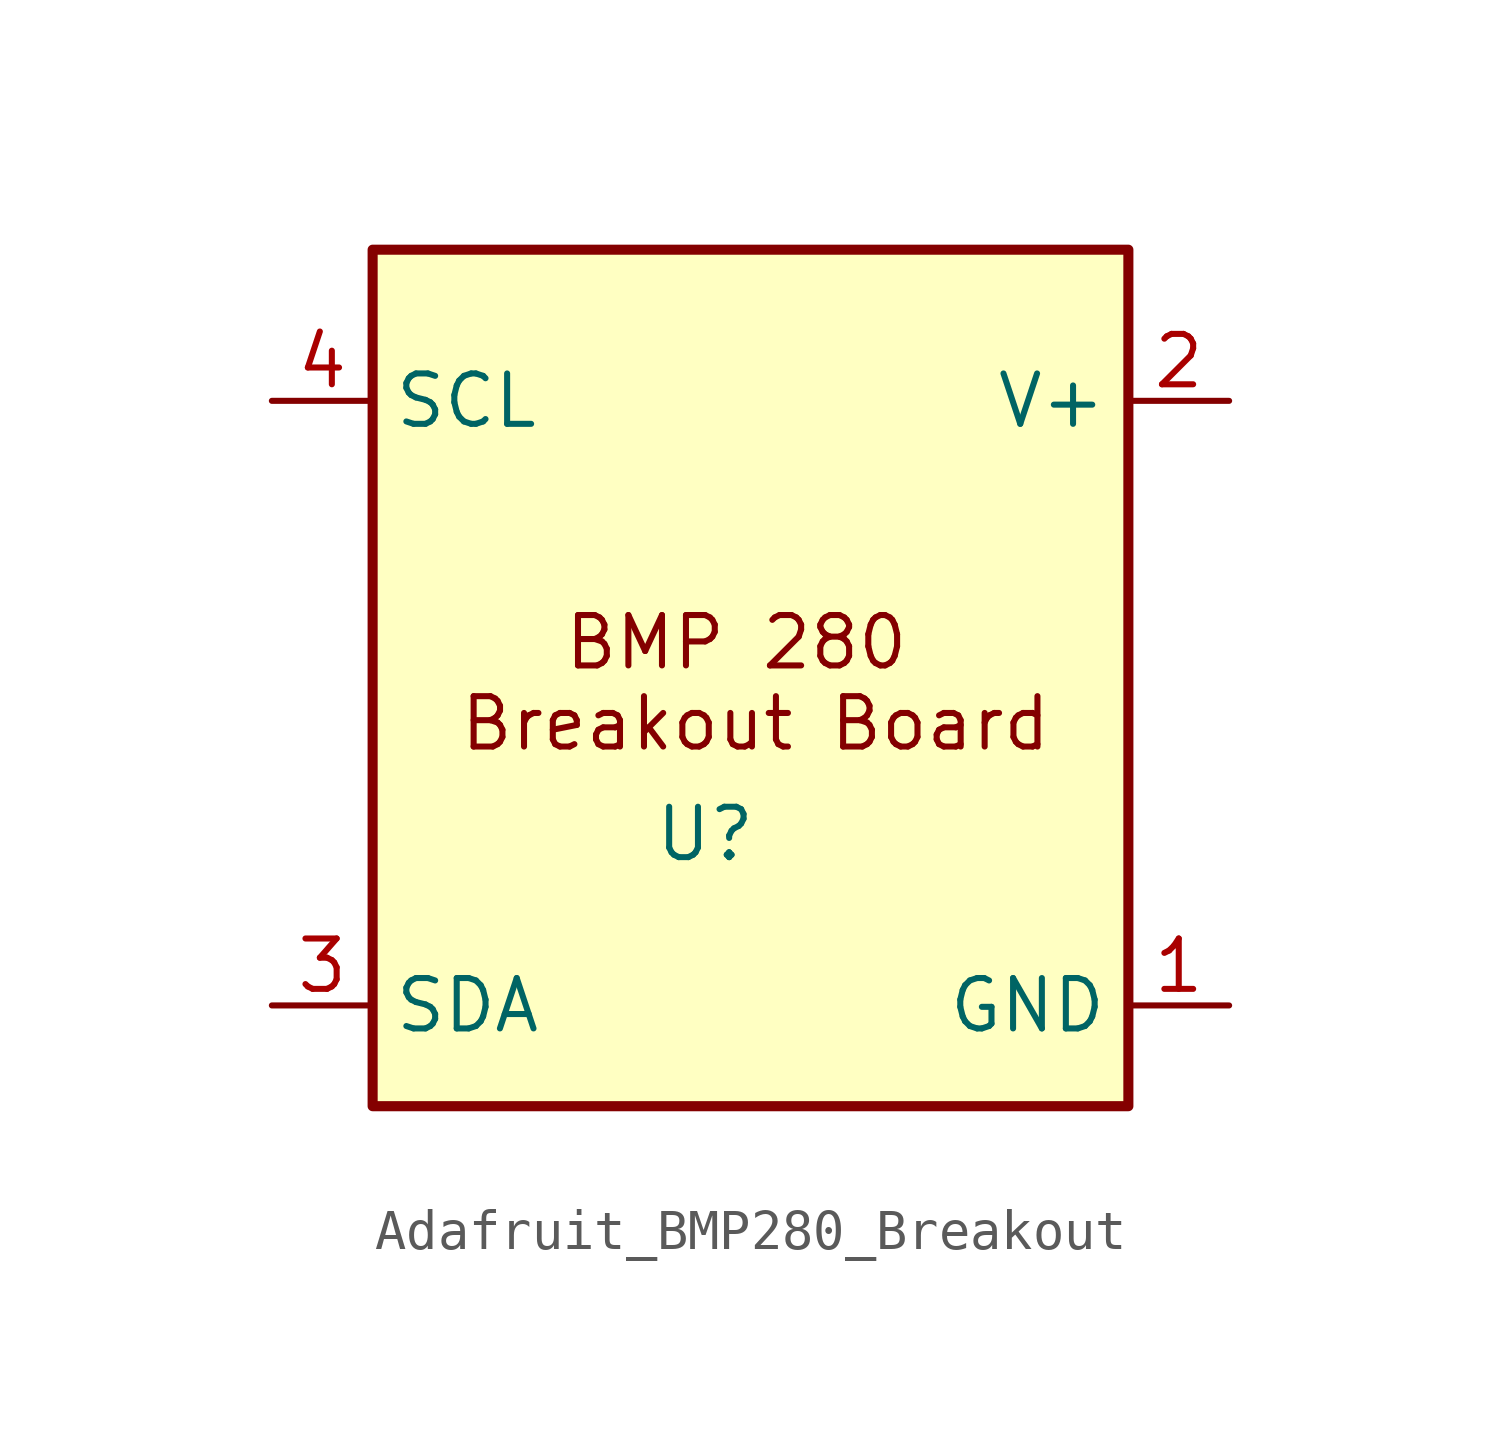
<source format=kicad_sym>
(kicad_symbol_lib
  (version 20241209)
  (generator "kicad_symbol_editor")
  (generator_version "9.0")
  (symbol "Adafruit_BMP280_Breakout"
    (property "Reference" "U"
      (at -1.778 -3.302 0)
      (effects (font (size 1.27 1.27))))
    (property "Value" ""
      (at 0 0 0)
      (effects (font (size 1.27 1.27))))
    (symbol "Adafruit_BMP280_Breakout_0_1"
      (rectangle (start -10.16 11.43) (end 8.89 -10.16) (stroke (width 0.254) (type default)) (fill (type background))))
    (symbol "Adafruit_BMP280_Breakout_1_1"
      (text "BMP 280 \nBreakout Board\n" (at -0.508 0.508 0) (effects (font (size 1.27 1.27))))
      (pin unspecified line (at -12.7 7.62 0) (length 2.54) (name "SCL" (effects (font (size 1.27 1.27)))) (number "4" (effects (font (size 1.27 1.27)))))
      (pin unspecified line (at -12.7 -7.62 0) (length 2.54) (name "SDA" (effects (font (size 1.27 1.27)))) (number "3" (effects (font (size 1.27 1.27)))))
      (pin unspecified line (at 11.43 7.62 180) (length 2.54) (name "V+" (effects (font (size 1.27 1.27)))) (number "2" (effects (font (size 1.27 1.27)))))
      (pin bidirectional line (at 11.43 -7.62 180) (length 2.54) (name "GND" (effects (font (size 1.27 1.27)))) (number "1" (effects (font (size 1.27 1.27))))))))
</source>
